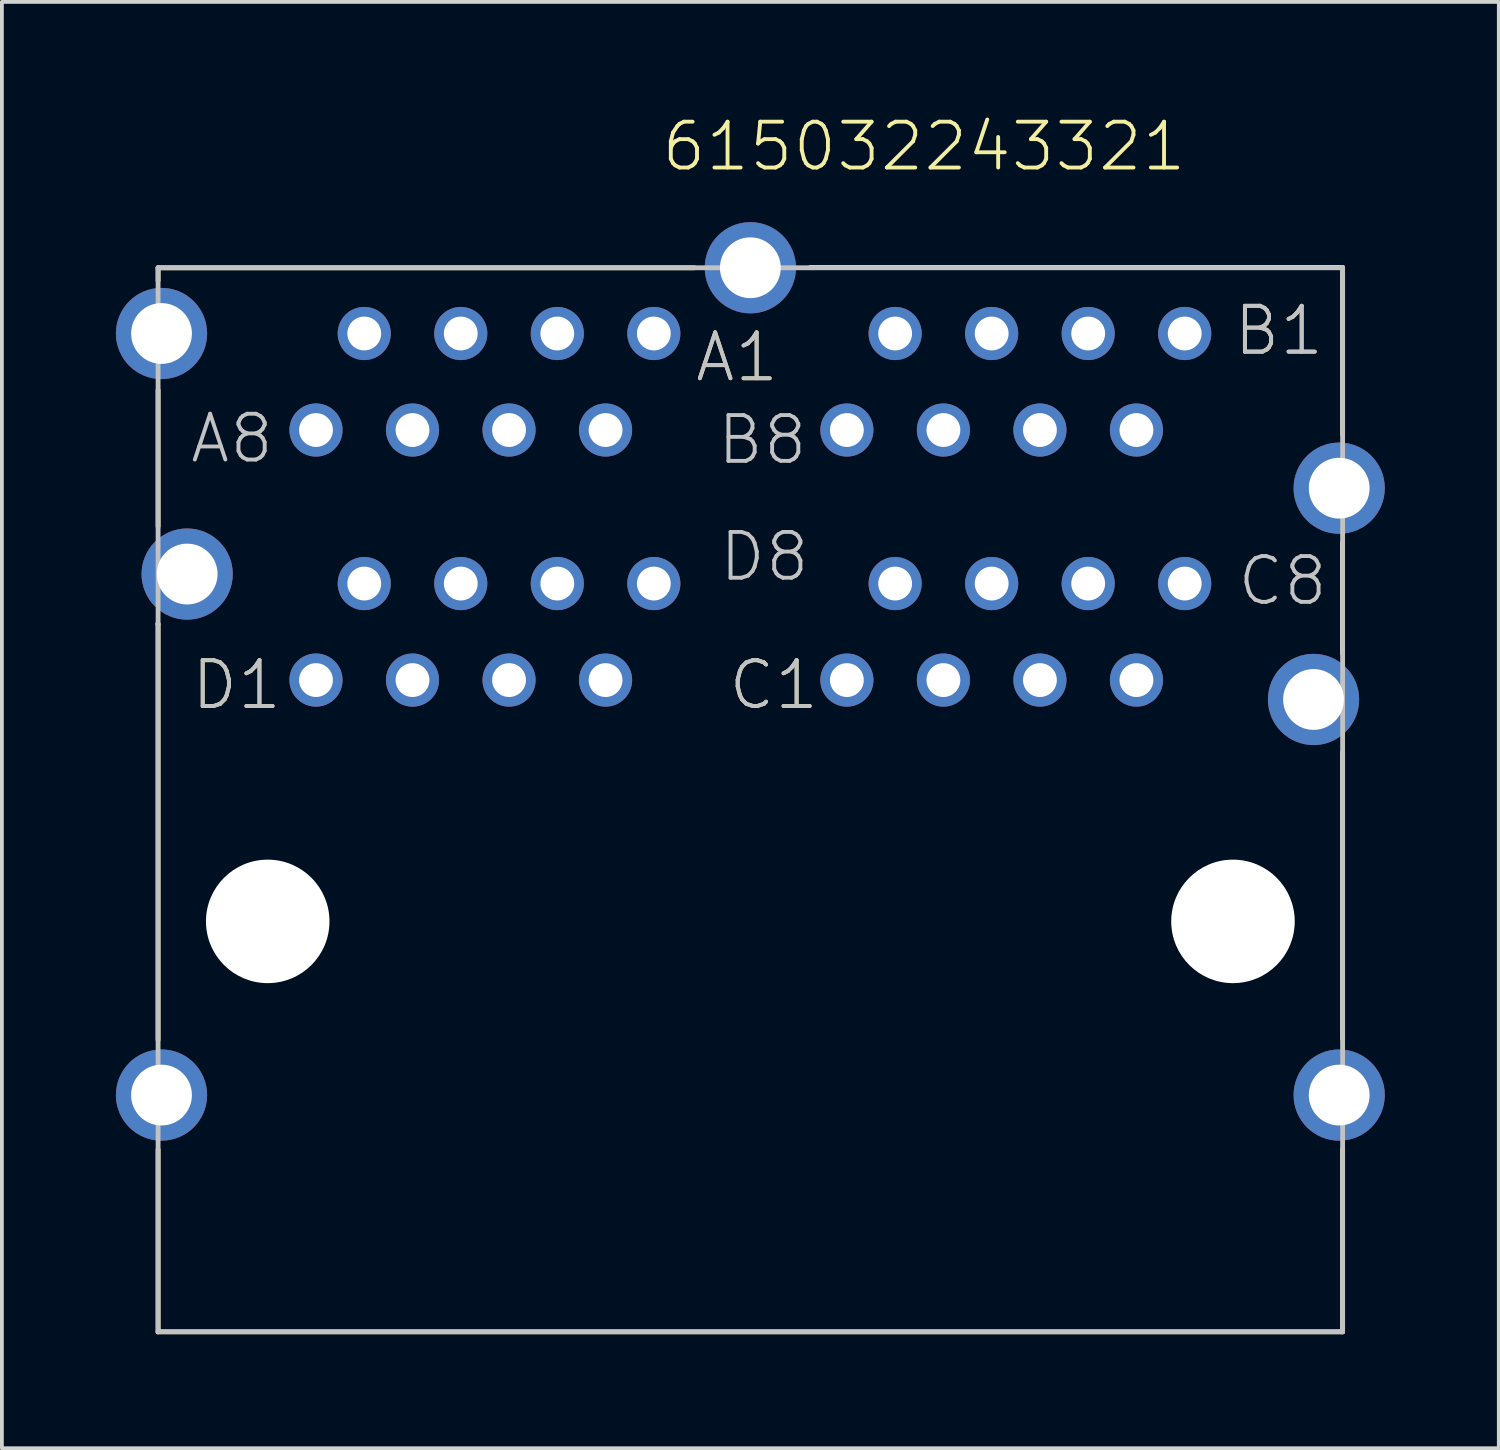
<source format=kicad_pcb>
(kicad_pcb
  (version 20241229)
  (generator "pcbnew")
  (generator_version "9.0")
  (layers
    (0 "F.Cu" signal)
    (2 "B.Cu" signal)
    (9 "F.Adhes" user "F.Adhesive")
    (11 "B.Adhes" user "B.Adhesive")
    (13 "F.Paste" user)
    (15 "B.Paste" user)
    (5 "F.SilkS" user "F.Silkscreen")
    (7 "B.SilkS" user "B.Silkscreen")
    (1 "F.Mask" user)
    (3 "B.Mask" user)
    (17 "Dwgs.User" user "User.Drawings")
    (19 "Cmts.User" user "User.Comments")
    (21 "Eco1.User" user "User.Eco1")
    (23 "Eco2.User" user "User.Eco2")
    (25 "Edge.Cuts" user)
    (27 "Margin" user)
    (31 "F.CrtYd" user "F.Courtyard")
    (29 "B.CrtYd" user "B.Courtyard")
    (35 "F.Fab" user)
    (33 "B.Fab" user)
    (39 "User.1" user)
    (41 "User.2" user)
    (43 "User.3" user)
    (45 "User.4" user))
  (footprint "615032243321"
    (layer "F.Cu")
    (at 16.695 21.196)
    (property "Reference" "615032243321" (at -2.39 -19.685 0) (layer "F.SilkS") (effects (font (size 1.206 1.206) (thickness 0.102)) (justify left bottom)))
    (attr through_hole)
    (fp_line (start -15.591 -7.83) (end -15.586 -7.83) (stroke (width 0.127) (type solid)) (layer "F.SilkS"))
    (fp_line (start -15.586 -7.83) (end -15.586 3.117) (stroke (width 0.127) (type solid)) (layer "F.SilkS"))
    (fp_line (start -15.585 -17.2) (end -15.585 -16.86) (stroke (width 0.127) (type solid)) (layer "F.SilkS"))
    (fp_line (start -15.585 -13.98) (end -15.585 -10.39) (stroke (width 0.127) (type solid)) (layer "F.SilkS"))
    (fp_line (start -15.585 6.006) (end -15.585 10.8) (stroke (width 0.127) (type solid)) (layer "F.SilkS"))
    (fp_line (start -15.585 10.8) (end 15.585 10.8) (stroke (width 0.127) (type solid)) (layer "F.SilkS"))
    (fp_line (start -1.47 -17.2) (end -15.585 -17.2) (stroke (width 0.127) (type solid)) (layer "F.SilkS"))
    (fp_line (start 1.58 -17.21) (end 15.585 -17.21) (stroke (width 0.127) (type solid)) (layer "F.SilkS"))
    (fp_line (start 15.582 -9.965) (end 15.582 -7.045) (stroke (width 0.127) (type solid)) (layer "F.SilkS"))
    (fp_line (start 15.585 -17.21) (end 15.585 -12.82) (stroke (width 0.127) (type solid)) (layer "F.SilkS"))
    (fp_line (start 15.585 -4.459) (end 15.585 3.096) (stroke (width 0.127) (type solid)) (layer "F.SilkS"))
    (fp_line (start 15.585 10.8) (end 15.585 5.995) (stroke (width 0.127) (type solid)) (layer "F.SilkS"))
    (fp_line (start -15.585 -17.2) (end 15.585 -17.2) (stroke (width 0.127) (type solid)) (layer "Dwgs.User"))
    (fp_line (start -15.585 10.8) (end -15.585 -17.2) (stroke (width 0.127) (type solid)) (layer "Dwgs.User"))
    (fp_line (start 15.585 -17.2) (end 15.585 10.8) (stroke (width 0.127) (type solid)) (layer "Dwgs.User"))
    (fp_line (start 15.585 10.8) (end -15.585 10.8) (stroke (width 0.127) (type solid)) (layer "Dwgs.User"))
    (fp_text user "D1" (at -14.765 -5.515 0) (layer "F.SilkS") (effects (font (size 1.206 1.206) (thickness 0.102)) (justify left bottom)))
    (fp_text user "A1" (at -1.51 -14.14 0) (layer "F.SilkS") (effects (font (size 1.206 1.206) (thickness 0.102)) (justify left bottom)))
    (fp_text user "B1" (at 12.66 -14.84 0) (layer "F.SilkS") (effects (font (size 1.206 1.206) (thickness 0.102)) (justify left bottom)))
    (fp_text user "C1" (at -0.63 -5.515 0) (layer "F.SilkS") (effects (font (size 1.206 1.206) (thickness 0.102)) (justify left bottom)))
    (fp_text user "D1" (at -14.765 -5.515 0) (layer "Dwgs.User") (effects (font (size 1.206 1.206) (thickness 0.102)) (justify left bottom)))
    (fp_text user "C1" (at -0.63 -5.515 0) (layer "Dwgs.User") (effects (font (size 1.206 1.206) (thickness 0.102)) (justify left bottom)))
    (fp_text user "D8" (at -0.875 -8.89 0) (layer "Dwgs.User") (effects (font (size 1.206 1.206) (thickness 0.102)) (justify left bottom)))
    (fp_text user "B8" (at -0.93 -11.965 0) (layer "Dwgs.User") (effects (font (size 1.206 1.206) (thickness 0.102)) (justify left bottom)))
    (fp_text user "C8" (at 12.76 -8.255 0) (layer "Dwgs.User") (effects (font (size 1.206 1.206) (thickness 0.102)) (justify left bottom)))
    (fp_text user "A1" (at -1.51 -14.14 0) (layer "Dwgs.User") (effects (font (size 1.206 1.206) (thickness 0.102)) (justify left bottom)))
    (fp_text user "B1" (at 12.66 -14.84 0) (layer "Dwgs.User") (effects (font (size 1.206 1.206) (thickness 0.102)) (justify left bottom)))
    (fp_text user "A8" (at -14.8 -12 0) (layer "Dwgs.User") (effects (font (size 1.206 1.206) (thickness 0.102)) (justify left bottom)))
    (pad "" np_thru_hole circle (at -12.7 0) (size 3.25 3.25) (drill 3.25) (layers "*.Cu"))
    (pad "" np_thru_hole circle (at 12.7 0) (size 3.25 3.25) (drill 3.25) (layers "*.Cu"))
    (pad "A1" thru_hole circle (at -2.54 -15.47) (size 1.398 1.398) (drill 0.89) (layers "*.Cu" "*.Mask"))
    (pad "A2" thru_hole circle (at -3.81 -12.93) (size 1.398 1.398) (drill 0.89) (layers "*.Cu" "*.Mask"))
    (pad "A3" thru_hole circle (at -5.08 -15.47) (size 1.398 1.398) (drill 0.89) (layers "*.Cu" "*.Mask"))
    (pad "A4" thru_hole circle (at -6.35 -12.93) (size 1.398 1.398) (drill 0.89) (layers "*.Cu" "*.Mask"))
    (pad "A5" thru_hole circle (at -7.62 -15.47) (size 1.398 1.398) (drill 0.89) (layers "*.Cu" "*.Mask"))
    (pad "A6" thru_hole circle (at -8.89 -12.93) (size 1.398 1.398) (drill 0.89) (layers "*.Cu" "*.Mask"))
    (pad "A7" thru_hole circle (at -10.16 -15.47) (size 1.398 1.398) (drill 0.89) (layers "*.Cu" "*.Mask"))
    (pad "A8" thru_hole circle (at -11.43 -12.93) (size 1.398 1.398) (drill 0.89) (layers "*.Cu" "*.Mask"))
    (pad "B1" thru_hole circle (at 11.43 -15.47) (size 1.398 1.398) (drill 0.89) (layers "*.Cu" "*.Mask"))
    (pad "B2" thru_hole circle (at 10.16 -12.93) (size 1.398 1.398) (drill 0.89) (layers "*.Cu" "*.Mask"))
    (pad "B3" thru_hole circle (at 8.89 -15.47) (size 1.398 1.398) (drill 0.89) (layers "*.Cu" "*.Mask"))
    (pad "B4" thru_hole circle (at 7.62 -12.93) (size 1.398 1.398) (drill 0.89) (layers "*.Cu" "*.Mask"))
    (pad "B5" thru_hole circle (at 6.35 -15.47) (size 1.398 1.398) (drill 0.89) (layers "*.Cu" "*.Mask"))
    (pad "B6" thru_hole circle (at 5.08 -12.93) (size 1.398 1.398) (drill 0.89) (layers "*.Cu" "*.Mask"))
    (pad "B7" thru_hole circle (at 3.81 -15.47) (size 1.398 1.398) (drill 0.89) (layers "*.Cu" "*.Mask"))
    (pad "B8" thru_hole circle (at 2.54 -12.93) (size 1.398 1.398) (drill 0.89) (layers "*.Cu" "*.Mask"))
    (pad "C1" thru_hole circle (at 2.54 -6.35) (size 1.398 1.398) (drill 0.89) (layers "*.Cu" "*.Mask"))
    (pad "C2" thru_hole circle (at 3.81 -8.89) (size 1.398 1.398) (drill 0.89) (layers "*.Cu" "*.Mask"))
    (pad "C3" thru_hole circle (at 5.08 -6.35) (size 1.398 1.398) (drill 0.89) (layers "*.Cu" "*.Mask"))
    (pad "C4" thru_hole circle (at 6.35 -8.89) (size 1.398 1.398) (drill 0.89) (layers "*.Cu" "*.Mask"))
    (pad "C5" thru_hole circle (at 7.62 -6.35) (size 1.398 1.398) (drill 0.89) (layers "*.Cu" "*.Mask"))
    (pad "C6" thru_hole circle (at 8.89 -8.89) (size 1.398 1.398) (drill 0.89) (layers "*.Cu" "*.Mask"))
    (pad "C7" thru_hole circle (at 10.16 -6.35) (size 1.398 1.398) (drill 0.89) (layers "*.Cu" "*.Mask"))
    (pad "C8" thru_hole circle (at 11.43 -8.89) (size 1.398 1.398) (drill 0.89) (layers "*.Cu" "*.Mask"))
    (pad "D1" thru_hole circle (at -11.43 -6.35) (size 1.398 1.398) (drill 0.89) (layers "*.Cu" "*.Mask"))
    (pad "D2" thru_hole circle (at -10.16 -8.89) (size 1.398 1.398) (drill 0.89) (layers "*.Cu" "*.Mask"))
    (pad "D3" thru_hole circle (at -8.89 -6.35) (size 1.398 1.398) (drill 0.89) (layers "*.Cu" "*.Mask"))
    (pad "D4" thru_hole circle (at -7.62 -8.89) (size 1.398 1.398) (drill 0.89) (layers "*.Cu" "*.Mask"))
    (pad "D5" thru_hole circle (at -6.35 -6.35) (size 1.398 1.398) (drill 0.89) (layers "*.Cu" "*.Mask"))
    (pad "D6" thru_hole circle (at -5.08 -8.89) (size 1.398 1.398) (drill 0.89) (layers "*.Cu" "*.Mask"))
    (pad "D7" thru_hole circle (at -3.81 -6.35) (size 1.398 1.398) (drill 0.89) (layers "*.Cu" "*.Mask"))
    (pad "D8" thru_hole circle (at -2.54 -8.89) (size 1.398 1.398) (drill 0.89) (layers "*.Cu" "*.Mask"))
    (pad "SHEL" thru_hole circle (at -15.495 -15.47) (size 2.4 2.4) (drill 1.6) (layers "*.Cu" "*.Mask"))
    (pad "SHEL" thru_hole circle (at -15.495 4.57) (size 2.4 2.4) (drill 1.6) (layers "*.Cu" "*.Mask"))
    (pad "SHEL" thru_hole circle (at -14.82 -9.14) (size 2.4 2.4) (drill 1.6) (layers "*.Cu" "*.Mask"))
    (pad "SHEL" thru_hole circle (at 0 -17.2) (size 2.4 2.4) (drill 1.6) (layers "*.Cu" "*.Mask"))
    (pad "SHEL" thru_hole circle (at 14.82 -5.84) (size 2.4 2.4) (drill 1.6) (layers "*.Cu" "*.Mask"))
    (pad "SHEL" thru_hole circle (at 15.495 -11.4) (size 2.4 2.4) (drill 1.6) (layers "*.Cu" "*.Mask"))
    (pad "SHEL" thru_hole circle (at 15.495 4.57) (size 2.4 2.4) (drill 1.6) (layers "*.Cu" "*.Mask")))
  (gr_rect
    (start -3 -3)
    (end 36.39 35.06)
    (stroke (width 0.1) (type default))
    (fill no)
    (layer "Edge.Cuts")))
</source>
